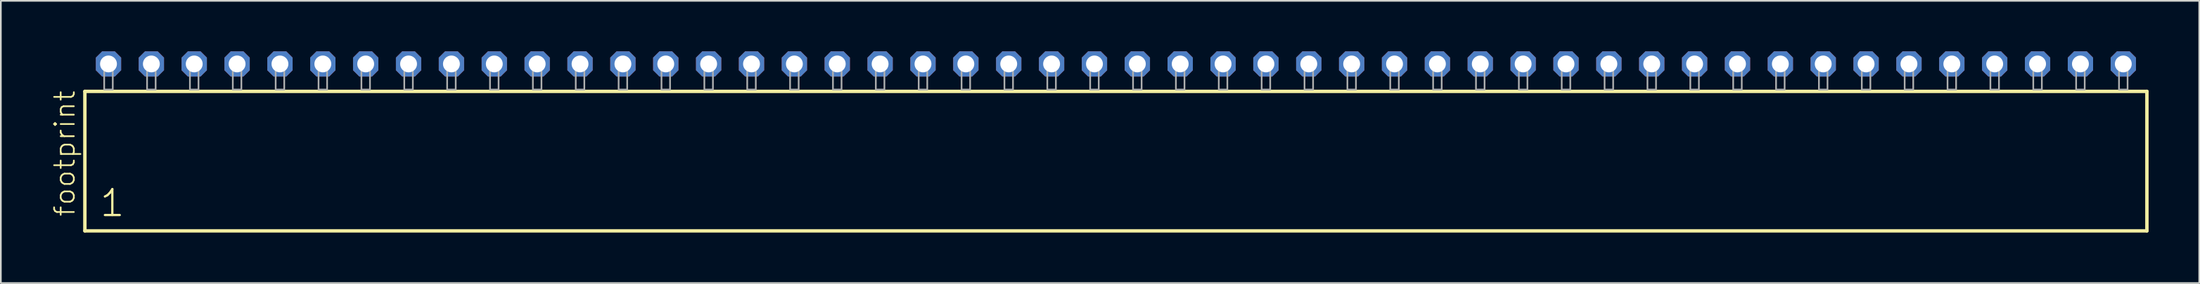
<source format=kicad_pcb>
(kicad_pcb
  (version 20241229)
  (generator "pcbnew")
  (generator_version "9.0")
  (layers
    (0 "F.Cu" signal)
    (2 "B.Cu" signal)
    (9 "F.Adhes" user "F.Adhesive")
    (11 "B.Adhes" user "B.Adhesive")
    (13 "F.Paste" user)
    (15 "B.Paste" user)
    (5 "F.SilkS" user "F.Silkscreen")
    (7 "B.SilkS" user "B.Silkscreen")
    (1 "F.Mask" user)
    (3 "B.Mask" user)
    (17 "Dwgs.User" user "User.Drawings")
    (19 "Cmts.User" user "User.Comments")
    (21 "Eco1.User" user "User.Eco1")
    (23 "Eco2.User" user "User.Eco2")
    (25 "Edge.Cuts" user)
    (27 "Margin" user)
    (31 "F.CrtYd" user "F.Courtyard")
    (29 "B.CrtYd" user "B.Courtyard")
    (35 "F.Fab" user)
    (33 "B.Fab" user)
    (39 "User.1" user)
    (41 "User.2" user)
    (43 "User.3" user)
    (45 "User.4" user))
  (footprint "footprint"
    (layer "F.Cu")
    (at 63.068 2.274)
    (property "Reference" "footprint" (at -61.595 7.62 90) (layer "F.SilkS") (effects (font (size 1.168 1.168) (thickness 0.102)) (justify left bottom)))
    (fp_line (start -61.089 0.106) (end -61.089 8.396) (stroke (width 0.203) (type solid)) (layer "F.SilkS"))
    (fp_line (start -61.089 8.396) (end 61.089 8.396) (stroke (width 0.203) (type solid)) (layer "F.SilkS"))
    (fp_line (start 61.089 0.106) (end -61.089 0.106) (stroke (width 0.203) (type solid)) (layer "F.SilkS"))
    (fp_line (start 61.089 8.396) (end 61.089 0.106) (stroke (width 0.203) (type solid)) (layer "F.SilkS"))
    (fp_poly (pts (xy -59.944 0) (xy -59.436 0) (xy -59.436 -1.778) (xy -59.944 -1.778)) (stroke (width 0.1) (type solid)) (fill no) (layer "F.Fab"))
    (fp_poly (pts (xy -57.404 0) (xy -56.896 0) (xy -56.896 -1.778) (xy -57.404 -1.778)) (stroke (width 0.1) (type solid)) (fill no) (layer "F.Fab"))
    (fp_poly (pts (xy -54.864 0) (xy -54.356 0) (xy -54.356 -1.778) (xy -54.864 -1.778)) (stroke (width 0.1) (type solid)) (fill no) (layer "F.Fab"))
    (fp_poly (pts (xy -52.324 0) (xy -51.816 0) (xy -51.816 -1.778) (xy -52.324 -1.778)) (stroke (width 0.1) (type solid)) (fill no) (layer "F.Fab"))
    (fp_poly (pts (xy -49.784 0) (xy -49.276 0) (xy -49.276 -1.778) (xy -49.784 -1.778)) (stroke (width 0.1) (type solid)) (fill no) (layer "F.Fab"))
    (fp_poly (pts (xy -47.244 0) (xy -46.736 0) (xy -46.736 -1.778) (xy -47.244 -1.778)) (stroke (width 0.1) (type solid)) (fill no) (layer "F.Fab"))
    (fp_poly (pts (xy -44.704 0) (xy -44.196 0) (xy -44.196 -1.778) (xy -44.704 -1.778)) (stroke (width 0.1) (type solid)) (fill no) (layer "F.Fab"))
    (fp_poly (pts (xy -42.164 0) (xy -41.656 0) (xy -41.656 -1.778) (xy -42.164 -1.778)) (stroke (width 0.1) (type solid)) (fill no) (layer "F.Fab"))
    (fp_poly (pts (xy -39.624 0) (xy -39.116 0) (xy -39.116 -1.778) (xy -39.624 -1.778)) (stroke (width 0.1) (type solid)) (fill no) (layer "F.Fab"))
    (fp_poly (pts (xy -37.084 0) (xy -36.576 0) (xy -36.576 -1.778) (xy -37.084 -1.778)) (stroke (width 0.1) (type solid)) (fill no) (layer "F.Fab"))
    (fp_poly (pts (xy -34.544 0) (xy -34.036 0) (xy -34.036 -1.778) (xy -34.544 -1.778)) (stroke (width 0.1) (type solid)) (fill no) (layer "F.Fab"))
    (fp_poly (pts (xy -32.004 0) (xy -31.496 0) (xy -31.496 -1.778) (xy -32.004 -1.778)) (stroke (width 0.1) (type solid)) (fill no) (layer "F.Fab"))
    (fp_poly (pts (xy -29.464 0) (xy -28.956 0) (xy -28.956 -1.778) (xy -29.464 -1.778)) (stroke (width 0.1) (type solid)) (fill no) (layer "F.Fab"))
    (fp_poly (pts (xy -26.924 0) (xy -26.416 0) (xy -26.416 -1.778) (xy -26.924 -1.778)) (stroke (width 0.1) (type solid)) (fill no) (layer "F.Fab"))
    (fp_poly (pts (xy -24.384 0) (xy -23.876 0) (xy -23.876 -1.778) (xy -24.384 -1.778)) (stroke (width 0.1) (type solid)) (fill no) (layer "F.Fab"))
    (fp_poly (pts (xy -21.844 0) (xy -21.336 0) (xy -21.336 -1.778) (xy -21.844 -1.778)) (stroke (width 0.1) (type solid)) (fill no) (layer "F.Fab"))
    (fp_poly (pts (xy -19.304 0) (xy -18.796 0) (xy -18.796 -1.778) (xy -19.304 -1.778)) (stroke (width 0.1) (type solid)) (fill no) (layer "F.Fab"))
    (fp_poly (pts (xy -16.764 0) (xy -16.256 0) (xy -16.256 -1.778) (xy -16.764 -1.778)) (stroke (width 0.1) (type solid)) (fill no) (layer "F.Fab"))
    (fp_poly (pts (xy -14.224 0) (xy -13.716 0) (xy -13.716 -1.778) (xy -14.224 -1.778)) (stroke (width 0.1) (type solid)) (fill no) (layer "F.Fab"))
    (fp_poly (pts (xy -11.684 0) (xy -11.176 0) (xy -11.176 -1.778) (xy -11.684 -1.778)) (stroke (width 0.1) (type solid)) (fill no) (layer "F.Fab"))
    (fp_poly (pts (xy -9.144 0) (xy -8.636 0) (xy -8.636 -1.778) (xy -9.144 -1.778)) (stroke (width 0.1) (type solid)) (fill no) (layer "F.Fab"))
    (fp_poly (pts (xy -6.604 0) (xy -6.096 0) (xy -6.096 -1.778) (xy -6.604 -1.778)) (stroke (width 0.1) (type solid)) (fill no) (layer "F.Fab"))
    (fp_poly (pts (xy -4.064 0) (xy -3.556 0) (xy -3.556 -1.778) (xy -4.064 -1.778)) (stroke (width 0.1) (type solid)) (fill no) (layer "F.Fab"))
    (fp_poly (pts (xy -1.524 0) (xy -1.016 0) (xy -1.016 -1.778) (xy -1.524 -1.778)) (stroke (width 0.1) (type solid)) (fill no) (layer "F.Fab"))
    (fp_poly (pts (xy 1.016 0) (xy 1.524 0) (xy 1.524 -1.778) (xy 1.016 -1.778)) (stroke (width 0.1) (type solid)) (fill no) (layer "F.Fab"))
    (fp_poly (pts (xy 3.556 0) (xy 4.064 0) (xy 4.064 -1.778) (xy 3.556 -1.778)) (stroke (width 0.1) (type solid)) (fill no) (layer "F.Fab"))
    (fp_poly (pts (xy 6.096 0) (xy 6.604 0) (xy 6.604 -1.778) (xy 6.096 -1.778)) (stroke (width 0.1) (type solid)) (fill no) (layer "F.Fab"))
    (fp_poly (pts (xy 8.636 0) (xy 9.144 0) (xy 9.144 -1.778) (xy 8.636 -1.778)) (stroke (width 0.1) (type solid)) (fill no) (layer "F.Fab"))
    (fp_poly (pts (xy 11.176 0) (xy 11.684 0) (xy 11.684 -1.778) (xy 11.176 -1.778)) (stroke (width 0.1) (type solid)) (fill no) (layer "F.Fab"))
    (fp_poly (pts (xy 13.716 0) (xy 14.224 0) (xy 14.224 -1.778) (xy 13.716 -1.778)) (stroke (width 0.1) (type solid)) (fill no) (layer "F.Fab"))
    (fp_poly (pts (xy 16.256 0) (xy 16.764 0) (xy 16.764 -1.778) (xy 16.256 -1.778)) (stroke (width 0.1) (type solid)) (fill no) (layer "F.Fab"))
    (fp_poly (pts (xy 18.796 0) (xy 19.304 0) (xy 19.304 -1.778) (xy 18.796 -1.778)) (stroke (width 0.1) (type solid)) (fill no) (layer "F.Fab"))
    (fp_poly (pts (xy 21.336 0) (xy 21.844 0) (xy 21.844 -1.778) (xy 21.336 -1.778)) (stroke (width 0.1) (type solid)) (fill no) (layer "F.Fab"))
    (fp_poly (pts (xy 23.876 0) (xy 24.384 0) (xy 24.384 -1.778) (xy 23.876 -1.778)) (stroke (width 0.1) (type solid)) (fill no) (layer "F.Fab"))
    (fp_poly (pts (xy 26.416 0) (xy 26.924 0) (xy 26.924 -1.778) (xy 26.416 -1.778)) (stroke (width 0.1) (type solid)) (fill no) (layer "F.Fab"))
    (fp_poly (pts (xy 28.956 0) (xy 29.464 0) (xy 29.464 -1.778) (xy 28.956 -1.778)) (stroke (width 0.1) (type solid)) (fill no) (layer "F.Fab"))
    (fp_poly (pts (xy 31.496 0) (xy 32.004 0) (xy 32.004 -1.778) (xy 31.496 -1.778)) (stroke (width 0.1) (type solid)) (fill no) (layer "F.Fab"))
    (fp_poly (pts (xy 34.036 0) (xy 34.544 0) (xy 34.544 -1.778) (xy 34.036 -1.778)) (stroke (width 0.1) (type solid)) (fill no) (layer "F.Fab"))
    (fp_poly (pts (xy 36.576 0) (xy 37.084 0) (xy 37.084 -1.778) (xy 36.576 -1.778)) (stroke (width 0.1) (type solid)) (fill no) (layer "F.Fab"))
    (fp_poly (pts (xy 39.116 0) (xy 39.624 0) (xy 39.624 -1.778) (xy 39.116 -1.778)) (stroke (width 0.1) (type solid)) (fill no) (layer "F.Fab"))
    (fp_poly (pts (xy 41.656 0) (xy 42.164 0) (xy 42.164 -1.778) (xy 41.656 -1.778)) (stroke (width 0.1) (type solid)) (fill no) (layer "F.Fab"))
    (fp_poly (pts (xy 44.196 0) (xy 44.704 0) (xy 44.704 -1.778) (xy 44.196 -1.778)) (stroke (width 0.1) (type solid)) (fill no) (layer "F.Fab"))
    (fp_poly (pts (xy 46.736 0) (xy 47.244 0) (xy 47.244 -1.778) (xy 46.736 -1.778)) (stroke (width 0.1) (type solid)) (fill no) (layer "F.Fab"))
    (fp_poly (pts (xy 49.276 0) (xy 49.784 0) (xy 49.784 -1.778) (xy 49.276 -1.778)) (stroke (width 0.1) (type solid)) (fill no) (layer "F.Fab"))
    (fp_poly (pts (xy 51.816 0) (xy 52.324 0) (xy 52.324 -1.778) (xy 51.816 -1.778)) (stroke (width 0.1) (type solid)) (fill no) (layer "F.Fab"))
    (fp_poly (pts (xy 54.356 0) (xy 54.864 0) (xy 54.864 -1.778) (xy 54.356 -1.778)) (stroke (width 0.1) (type solid)) (fill no) (layer "F.Fab"))
    (fp_poly (pts (xy 56.896 0) (xy 57.404 0) (xy 57.404 -1.778) (xy 56.896 -1.778)) (stroke (width 0.1) (type solid)) (fill no) (layer "F.Fab"))
    (fp_poly (pts (xy 59.436 0) (xy 59.944 0) (xy 59.944 -1.778) (xy 59.436 -1.778)) (stroke (width 0.1) (type solid)) (fill no) (layer "F.Fab"))
    (fp_text user "1" (at -60.285 7.65 0) (layer "F.SilkS") (effects (font (size 1.542 1.542) (thickness 0.134)) (justify left bottom)))
    (pad "1" thru_hole roundrect (at -59.69 -1.524) (size 1.5 1.5) (drill 1) (layers "*.Cu" "*.Mask") (roundrect_rratio 0.25) (chamfer_ratio 0.25) (chamfer top_left top_right bottom_left bottom_right))
    (pad "2" thru_hole roundrect (at -57.15 -1.524) (size 1.5 1.5) (drill 1) (layers "*.Cu" "*.Mask") (roundrect_rratio 0.25) (chamfer_ratio 0.25) (chamfer top_left top_right bottom_left bottom_right))
    (pad "3" thru_hole roundrect (at -54.61 -1.524) (size 1.5 1.5) (drill 1) (layers "*.Cu" "*.Mask") (roundrect_rratio 0.25) (chamfer_ratio 0.25) (chamfer top_left top_right bottom_left bottom_right))
    (pad "4" thru_hole roundrect (at -52.07 -1.524) (size 1.5 1.5) (drill 1) (layers "*.Cu" "*.Mask") (roundrect_rratio 0.25) (chamfer_ratio 0.25) (chamfer top_left top_right bottom_left bottom_right))
    (pad "5" thru_hole roundrect (at -49.53 -1.524) (size 1.5 1.5) (drill 1) (layers "*.Cu" "*.Mask") (roundrect_rratio 0.25) (chamfer_ratio 0.25) (chamfer top_left top_right bottom_left bottom_right))
    (pad "6" thru_hole roundrect (at -46.99 -1.524) (size 1.5 1.5) (drill 1) (layers "*.Cu" "*.Mask") (roundrect_rratio 0.25) (chamfer_ratio 0.25) (chamfer top_left top_right bottom_left bottom_right))
    (pad "7" thru_hole roundrect (at -44.45 -1.524) (size 1.5 1.5) (drill 1) (layers "*.Cu" "*.Mask") (roundrect_rratio 0.25) (chamfer_ratio 0.25) (chamfer top_left top_right bottom_left bottom_right))
    (pad "8" thru_hole roundrect (at -41.91 -1.524) (size 1.5 1.5) (drill 1) (layers "*.Cu" "*.Mask") (roundrect_rratio 0.25) (chamfer_ratio 0.25) (chamfer top_left top_right bottom_left bottom_right))
    (pad "9" thru_hole roundrect (at -39.37 -1.524) (size 1.5 1.5) (drill 1) (layers "*.Cu" "*.Mask") (roundrect_rratio 0.25) (chamfer_ratio 0.25) (chamfer top_left top_right bottom_left bottom_right))
    (pad "10" thru_hole roundrect (at -36.83 -1.524) (size 1.5 1.5) (drill 1) (layers "*.Cu" "*.Mask") (roundrect_rratio 0.25) (chamfer_ratio 0.25) (chamfer top_left top_right bottom_left bottom_right))
    (pad "11" thru_hole roundrect (at -34.29 -1.524) (size 1.5 1.5) (drill 1) (layers "*.Cu" "*.Mask") (roundrect_rratio 0.25) (chamfer_ratio 0.25) (chamfer top_left top_right bottom_left bottom_right))
    (pad "12" thru_hole roundrect (at -31.75 -1.524) (size 1.5 1.5) (drill 1) (layers "*.Cu" "*.Mask") (roundrect_rratio 0.25) (chamfer_ratio 0.25) (chamfer top_left top_right bottom_left bottom_right))
    (pad "13" thru_hole roundrect (at -29.21 -1.524) (size 1.5 1.5) (drill 1) (layers "*.Cu" "*.Mask") (roundrect_rratio 0.25) (chamfer_ratio 0.25) (chamfer top_left top_right bottom_left bottom_right))
    (pad "14" thru_hole roundrect (at -26.67 -1.524) (size 1.5 1.5) (drill 1) (layers "*.Cu" "*.Mask") (roundrect_rratio 0.25) (chamfer_ratio 0.25) (chamfer top_left top_right bottom_left bottom_right))
    (pad "15" thru_hole roundrect (at -24.13 -1.524) (size 1.5 1.5) (drill 1) (layers "*.Cu" "*.Mask") (roundrect_rratio 0.25) (chamfer_ratio 0.25) (chamfer top_left top_right bottom_left bottom_right))
    (pad "16" thru_hole roundrect (at -21.59 -1.524) (size 1.5 1.5) (drill 1) (layers "*.Cu" "*.Mask") (roundrect_rratio 0.25) (chamfer_ratio 0.25) (chamfer top_left top_right bottom_left bottom_right))
    (pad "17" thru_hole roundrect (at -19.05 -1.524) (size 1.5 1.5) (drill 1) (layers "*.Cu" "*.Mask") (roundrect_rratio 0.25) (chamfer_ratio 0.25) (chamfer top_left top_right bottom_left bottom_right))
    (pad "18" thru_hole roundrect (at -16.51 -1.524) (size 1.5 1.5) (drill 1) (layers "*.Cu" "*.Mask") (roundrect_rratio 0.25) (chamfer_ratio 0.25) (chamfer top_left top_right bottom_left bottom_right))
    (pad "19" thru_hole roundrect (at -13.97 -1.524) (size 1.5 1.5) (drill 1) (layers "*.Cu" "*.Mask") (roundrect_rratio 0.25) (chamfer_ratio 0.25) (chamfer top_left top_right bottom_left bottom_right))
    (pad "20" thru_hole roundrect (at -11.43 -1.524) (size 1.5 1.5) (drill 1) (layers "*.Cu" "*.Mask") (roundrect_rratio 0.25) (chamfer_ratio 0.25) (chamfer top_left top_right bottom_left bottom_right))
    (pad "21" thru_hole roundrect (at -8.89 -1.524) (size 1.5 1.5) (drill 1) (layers "*.Cu" "*.Mask") (roundrect_rratio 0.25) (chamfer_ratio 0.25) (chamfer top_left top_right bottom_left bottom_right))
    (pad "22" thru_hole roundrect (at -6.35 -1.524) (size 1.5 1.5) (drill 1) (layers "*.Cu" "*.Mask") (roundrect_rratio 0.25) (chamfer_ratio 0.25) (chamfer top_left top_right bottom_left bottom_right))
    (pad "23" thru_hole roundrect (at -3.81 -1.524) (size 1.5 1.5) (drill 1) (layers "*.Cu" "*.Mask") (roundrect_rratio 0.25) (chamfer_ratio 0.25) (chamfer top_left top_right bottom_left bottom_right))
    (pad "24" thru_hole roundrect (at -1.27 -1.524) (size 1.5 1.5) (drill 1) (layers "*.Cu" "*.Mask") (roundrect_rratio 0.25) (chamfer_ratio 0.25) (chamfer top_left top_right bottom_left bottom_right))
    (pad "25" thru_hole roundrect (at 1.27 -1.524) (size 1.5 1.5) (drill 1) (layers "*.Cu" "*.Mask") (roundrect_rratio 0.25) (chamfer_ratio 0.25) (chamfer top_left top_right bottom_left bottom_right))
    (pad "26" thru_hole roundrect (at 3.81 -1.524) (size 1.5 1.5) (drill 1) (layers "*.Cu" "*.Mask") (roundrect_rratio 0.25) (chamfer_ratio 0.25) (chamfer top_left top_right bottom_left bottom_right))
    (pad "27" thru_hole roundrect (at 6.35 -1.524) (size 1.5 1.5) (drill 1) (layers "*.Cu" "*.Mask") (roundrect_rratio 0.25) (chamfer_ratio 0.25) (chamfer top_left top_right bottom_left bottom_right))
    (pad "28" thru_hole roundrect (at 8.89 -1.524) (size 1.5 1.5) (drill 1) (layers "*.Cu" "*.Mask") (roundrect_rratio 0.25) (chamfer_ratio 0.25) (chamfer top_left top_right bottom_left bottom_right))
    (pad "29" thru_hole roundrect (at 11.43 -1.524) (size 1.5 1.5) (drill 1) (layers "*.Cu" "*.Mask") (roundrect_rratio 0.25) (chamfer_ratio 0.25) (chamfer top_left top_right bottom_left bottom_right))
    (pad "30" thru_hole roundrect (at 13.97 -1.524) (size 1.5 1.5) (drill 1) (layers "*.Cu" "*.Mask") (roundrect_rratio 0.25) (chamfer_ratio 0.25) (chamfer top_left top_right bottom_left bottom_right))
    (pad "31" thru_hole roundrect (at 16.51 -1.524) (size 1.5 1.5) (drill 1) (layers "*.Cu" "*.Mask") (roundrect_rratio 0.25) (chamfer_ratio 0.25) (chamfer top_left top_right bottom_left bottom_right))
    (pad "32" thru_hole roundrect (at 19.05 -1.524) (size 1.5 1.5) (drill 1) (layers "*.Cu" "*.Mask") (roundrect_rratio 0.25) (chamfer_ratio 0.25) (chamfer top_left top_right bottom_left bottom_right))
    (pad "33" thru_hole roundrect (at 21.59 -1.524) (size 1.5 1.5) (drill 1) (layers "*.Cu" "*.Mask") (roundrect_rratio 0.25) (chamfer_ratio 0.25) (chamfer top_left top_right bottom_left bottom_right))
    (pad "34" thru_hole roundrect (at 24.13 -1.524) (size 1.5 1.5) (drill 1) (layers "*.Cu" "*.Mask") (roundrect_rratio 0.25) (chamfer_ratio 0.25) (chamfer top_left top_right bottom_left bottom_right))
    (pad "35" thru_hole roundrect (at 26.67 -1.524) (size 1.5 1.5) (drill 1) (layers "*.Cu" "*.Mask") (roundrect_rratio 0.25) (chamfer_ratio 0.25) (chamfer top_left top_right bottom_left bottom_right))
    (pad "36" thru_hole roundrect (at 29.21 -1.524) (size 1.5 1.5) (drill 1) (layers "*.Cu" "*.Mask") (roundrect_rratio 0.25) (chamfer_ratio 0.25) (chamfer top_left top_right bottom_left bottom_right))
    (pad "37" thru_hole roundrect (at 31.75 -1.524) (size 1.5 1.5) (drill 1) (layers "*.Cu" "*.Mask") (roundrect_rratio 0.25) (chamfer_ratio 0.25) (chamfer top_left top_right bottom_left bottom_right))
    (pad "38" thru_hole roundrect (at 34.29 -1.524) (size 1.5 1.5) (drill 1) (layers "*.Cu" "*.Mask") (roundrect_rratio 0.25) (chamfer_ratio 0.25) (chamfer top_left top_right bottom_left bottom_right))
    (pad "39" thru_hole roundrect (at 36.83 -1.524) (size 1.5 1.5) (drill 1) (layers "*.Cu" "*.Mask") (roundrect_rratio 0.25) (chamfer_ratio 0.25) (chamfer top_left top_right bottom_left bottom_right))
    (pad "40" thru_hole roundrect (at 39.37 -1.524) (size 1.5 1.5) (drill 1) (layers "*.Cu" "*.Mask") (roundrect_rratio 0.25) (chamfer_ratio 0.25) (chamfer top_left top_right bottom_left bottom_right))
    (pad "41" thru_hole roundrect (at 41.91 -1.524) (size 1.5 1.5) (drill 1) (layers "*.Cu" "*.Mask") (roundrect_rratio 0.25) (chamfer_ratio 0.25) (chamfer top_left top_right bottom_left bottom_right))
    (pad "42" thru_hole roundrect (at 44.45 -1.524) (size 1.5 1.5) (drill 1) (layers "*.Cu" "*.Mask") (roundrect_rratio 0.25) (chamfer_ratio 0.25) (chamfer top_left top_right bottom_left bottom_right))
    (pad "43" thru_hole roundrect (at 46.99 -1.524) (size 1.5 1.5) (drill 1) (layers "*.Cu" "*.Mask") (roundrect_rratio 0.25) (chamfer_ratio 0.25) (chamfer top_left top_right bottom_left bottom_right))
    (pad "44" thru_hole roundrect (at 49.53 -1.524) (size 1.5 1.5) (drill 1) (layers "*.Cu" "*.Mask") (roundrect_rratio 0.25) (chamfer_ratio 0.25) (chamfer top_left top_right bottom_left bottom_right))
    (pad "45" thru_hole roundrect (at 52.07 -1.524) (size 1.5 1.5) (drill 1) (layers "*.Cu" "*.Mask") (roundrect_rratio 0.25) (chamfer_ratio 0.25) (chamfer top_left top_right bottom_left bottom_right))
    (pad "46" thru_hole roundrect (at 54.61 -1.524) (size 1.5 1.5) (drill 1) (layers "*.Cu" "*.Mask") (roundrect_rratio 0.25) (chamfer_ratio 0.25) (chamfer top_left top_right bottom_left bottom_right))
    (pad "47" thru_hole roundrect (at 57.15 -1.524) (size 1.5 1.5) (drill 1) (layers "*.Cu" "*.Mask") (roundrect_rratio 0.25) (chamfer_ratio 0.25) (chamfer top_left top_right bottom_left bottom_right))
    (pad "48" thru_hole roundrect (at 59.69 -1.524) (size 1.5 1.5) (drill 1) (layers "*.Cu" "*.Mask") (roundrect_rratio 0.25) (chamfer_ratio 0.25) (chamfer top_left top_right bottom_left bottom_right)))
  (gr_rect
    (start -3 -3)
    (end 127.259 13.772)
    (stroke (width 0.1) (type default))
    (fill no)
    (layer "Edge.Cuts")))
</source>
